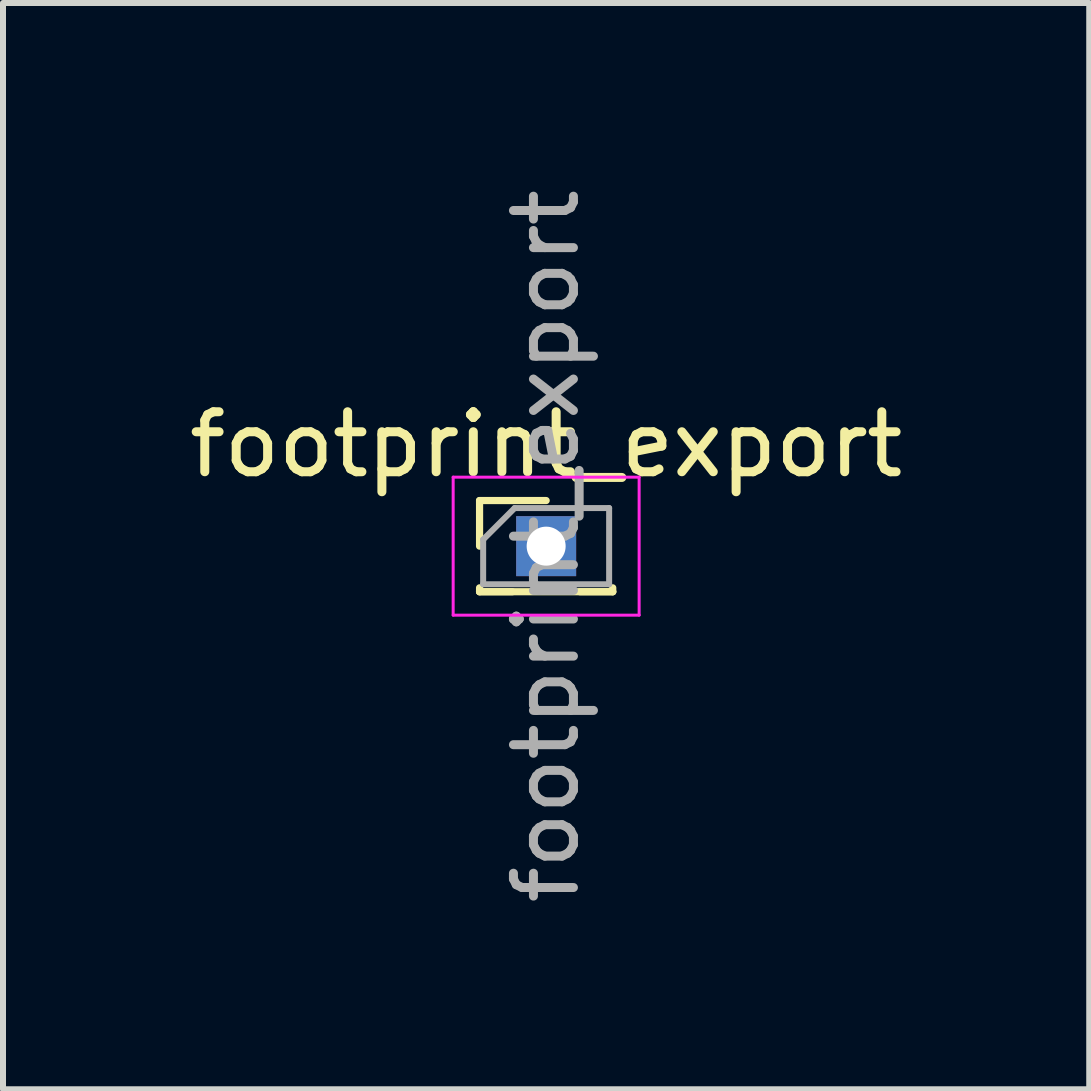
<source format=kicad_pcb>
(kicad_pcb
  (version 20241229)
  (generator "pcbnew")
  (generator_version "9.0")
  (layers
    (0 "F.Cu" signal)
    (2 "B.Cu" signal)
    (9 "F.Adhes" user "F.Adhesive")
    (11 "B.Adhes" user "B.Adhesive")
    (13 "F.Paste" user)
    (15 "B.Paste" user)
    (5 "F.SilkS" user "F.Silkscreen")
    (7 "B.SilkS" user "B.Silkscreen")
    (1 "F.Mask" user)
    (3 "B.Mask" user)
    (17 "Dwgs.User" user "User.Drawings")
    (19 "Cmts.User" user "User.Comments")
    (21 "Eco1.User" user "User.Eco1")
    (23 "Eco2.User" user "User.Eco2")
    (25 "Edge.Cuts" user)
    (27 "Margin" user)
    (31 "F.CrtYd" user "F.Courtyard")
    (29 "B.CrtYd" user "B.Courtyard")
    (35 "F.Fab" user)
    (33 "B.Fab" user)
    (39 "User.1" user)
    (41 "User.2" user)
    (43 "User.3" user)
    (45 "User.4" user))
  (footprint "footprint_export"
    (layer "F.Cu")
    (at 6.054 6.054)
    (property "Reference" "footprint_export" (at 0 -1.695 0) (layer "F.SilkS") (effects (font (size 1 1) (thickness 0.15))))
    (attr through_hole)
    (fp_line (start -1.11 -0.76) (end 0 -0.76) (stroke (width 0.12) (type solid)) (layer "F.SilkS"))
    (fp_line (start -1.11 0) (end -1.11 -0.76) (stroke (width 0.12) (type solid)) (layer "F.SilkS"))
    (fp_line (start -1.11 0.76) (end -1.11 0.695) (stroke (width 0.12) (type solid)) (layer "F.SilkS"))
    (fp_line (start -1.11 0.76) (end -0.563 0.76) (stroke (width 0.12) (type solid)) (layer "F.SilkS"))
    (fp_line (start -1.11 0.76) (end 1.11 0.76) (stroke (width 0.12) (type solid)) (layer "F.SilkS"))
    (fp_line (start 0.563 0.76) (end 1.11 0.76) (stroke (width 0.12) (type solid)) (layer "F.SilkS"))
    (fp_line (start 1.11 0.76) (end 1.11 0.695) (stroke (width 0.12) (type solid)) (layer "F.SilkS"))
    (fp_line (start -1.55 -1.15) (end -1.55 1.15) (stroke (width 0.05) (type solid)) (layer "F.CrtYd"))
    (fp_line (start -1.55 1.15) (end 1.55 1.15) (stroke (width 0.05) (type solid)) (layer "F.CrtYd"))
    (fp_line (start 1.55 -1.15) (end -1.55 -1.15) (stroke (width 0.05) (type solid)) (layer "F.CrtYd"))
    (fp_line (start 1.55 1.15) (end 1.55 -1.15) (stroke (width 0.05) (type solid)) (layer "F.CrtYd"))
    (fp_line (start -1.05 -0.11) (end -0.525 -0.635) (stroke (width 0.1) (type solid)) (layer "F.Fab"))
    (fp_line (start -1.05 0.635) (end -1.05 -0.11) (stroke (width 0.1) (type solid)) (layer "F.Fab"))
    (fp_line (start -0.525 -0.635) (end 1.05 -0.635) (stroke (width 0.1) (type solid)) (layer "F.Fab"))
    (fp_line (start 1.05 -0.635) (end 1.05 0.635) (stroke (width 0.1) (type solid)) (layer "F.Fab"))
    (fp_line (start 1.05 0.635) (end -1.05 0.635) (stroke (width 0.1) (type solid)) (layer "F.Fab"))
    (fp_text user "${REFERENCE}" (at 0 0 90) (layer "F.Fab") (effects (font (size 1 1) (thickness 0.15))))
    (pad "1" thru_hole rect (at 0 0) (size 1 1) (drill 0.65) (layers "*.Cu" "*.Mask")))
  (gr_rect
    (start -3 -3)
    (end 15.107 15.107)
    (stroke (width 0.1) (type default))
    (fill no)
    (layer "Edge.Cuts")))
</source>
